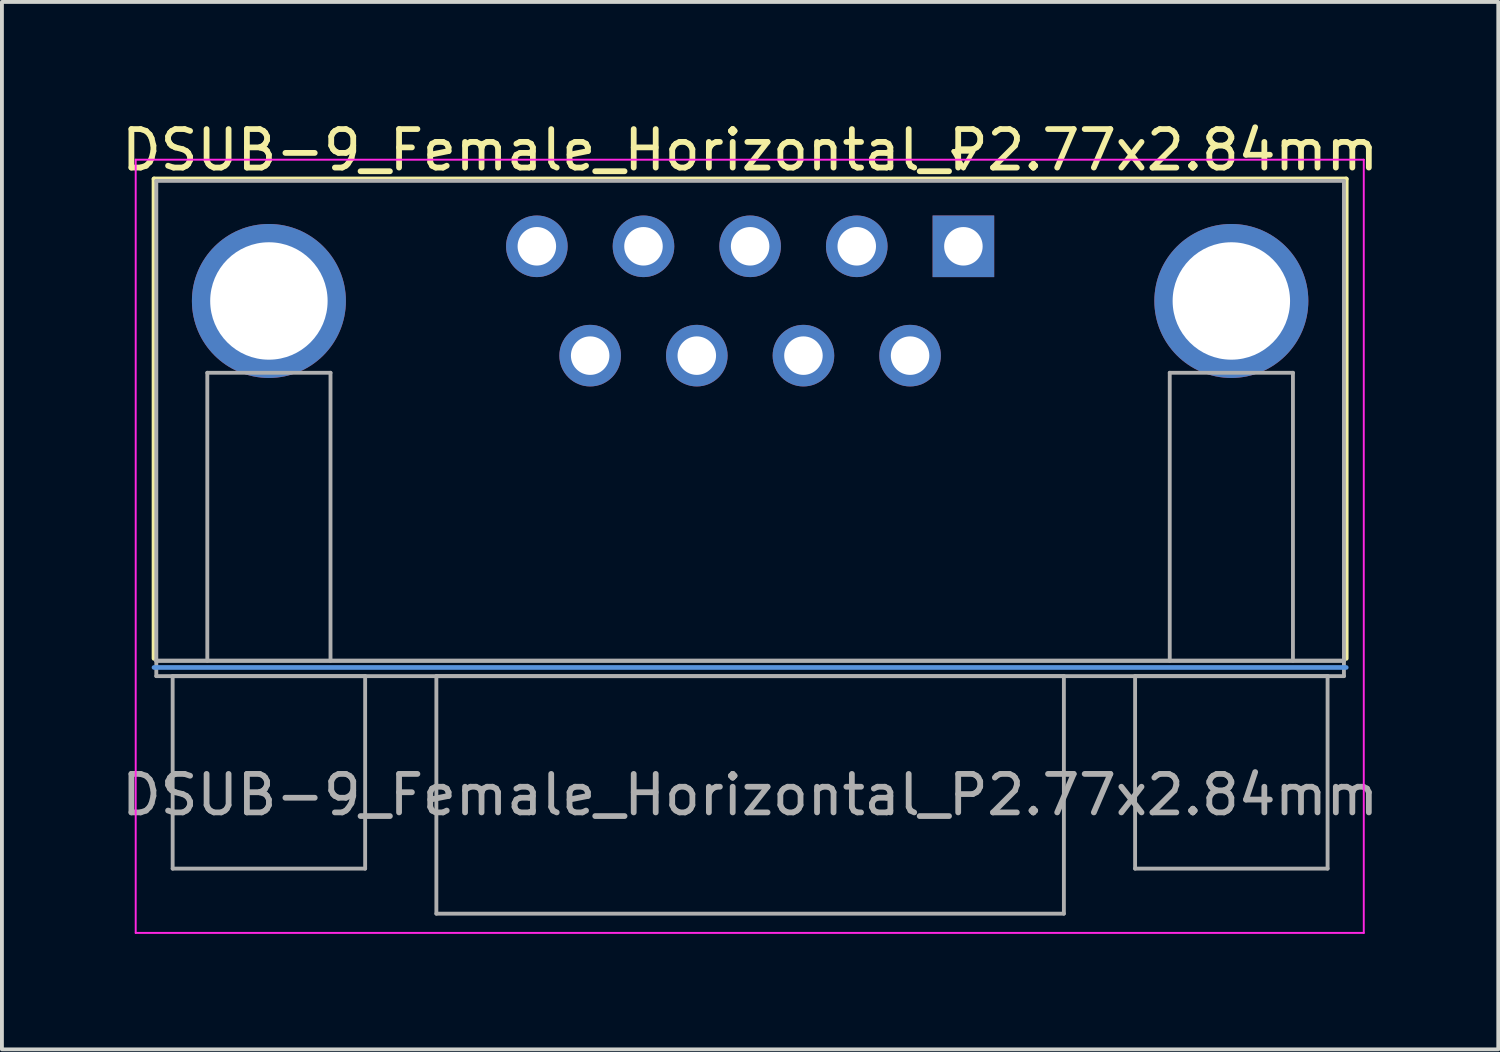
<source format=kicad_pcb>
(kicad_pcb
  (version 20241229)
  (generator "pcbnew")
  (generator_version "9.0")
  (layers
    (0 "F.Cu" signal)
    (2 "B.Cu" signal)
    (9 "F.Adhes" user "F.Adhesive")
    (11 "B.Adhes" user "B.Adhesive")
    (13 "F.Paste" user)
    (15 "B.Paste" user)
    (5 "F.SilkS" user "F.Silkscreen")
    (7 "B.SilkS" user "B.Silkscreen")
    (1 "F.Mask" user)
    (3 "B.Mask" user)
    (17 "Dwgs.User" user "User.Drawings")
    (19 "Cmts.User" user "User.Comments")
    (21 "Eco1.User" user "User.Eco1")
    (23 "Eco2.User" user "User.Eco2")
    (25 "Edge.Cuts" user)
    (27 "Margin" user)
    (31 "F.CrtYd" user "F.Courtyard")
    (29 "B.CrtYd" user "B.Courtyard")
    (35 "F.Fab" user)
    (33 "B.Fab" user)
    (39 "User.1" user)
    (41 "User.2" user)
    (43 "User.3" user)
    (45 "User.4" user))
  (footprint "DSUB-9_Female_Horizontal_P2.77x2.84mm"
    (layer "F.Cu")
    (at 21.975 3.348)
    (property "Reference" "DSUB-9_Female_Horizontal_P2.77x2.84mm" (at -5.54 -2.5 0) (layer "F.SilkS") (effects (font (size 1 1) (thickness 0.15))))
    (attr through_hole)
    (fp_line (start -21.025 -1.75) (end 9.945 -1.75) (stroke (width 0.12) (type solid)) (layer "F.SilkS"))
    (fp_line (start -21.025 10.705) (end -21.025 -1.75) (stroke (width 0.12) (type solid)) (layer "F.SilkS"))
    (fp_line (start -0.25 -2.467) (end 0.25 -2.467) (stroke (width 0.12) (type solid)) (layer "F.SilkS"))
    (fp_line (start 0 -2.033) (end -0.25 -2.467) (stroke (width 0.12) (type solid)) (layer "F.SilkS"))
    (fp_line (start 0.25 -2.467) (end 0 -2.033) (stroke (width 0.12) (type solid)) (layer "F.SilkS"))
    (fp_line (start 9.945 -1.75) (end 9.945 10.705) (stroke (width 0.12) (type solid)) (layer "F.SilkS"))
    (fp_line (start -21.025 10.94) (end 9.945 10.94) (stroke (width 0.12) (type default)) (layer "Cmts.User"))
    (fp_line (start -21.5 -2.25) (end -21.5 17.835) (stroke (width 0.05) (type solid)) (layer "F.CrtYd"))
    (fp_line (start -21.5 17.835) (end 10.4 17.835) (stroke (width 0.05) (type solid)) (layer "F.CrtYd"))
    (fp_line (start 10.4 -2.25) (end -21.5 -2.25) (stroke (width 0.05) (type solid)) (layer "F.CrtYd"))
    (fp_line (start 10.4 17.835) (end 10.4 -2.25) (stroke (width 0.05) (type solid)) (layer "F.CrtYd"))
    (fp_line (start -20.965 -1.7) (end -20.965 10.765) (stroke (width 0.1) (type solid)) (layer "F.Fab"))
    (fp_line (start -20.965 10.765) (end -20.965 11.165) (stroke (width 0.1) (type solid)) (layer "F.Fab"))
    (fp_line (start -20.965 10.765) (end 9.885 10.765) (stroke (width 0.1) (type solid)) (layer "F.Fab"))
    (fp_line (start -20.965 11.165) (end 9.885 11.165) (stroke (width 0.1) (type solid)) (layer "F.Fab"))
    (fp_line (start -20.54 11.165) (end -20.54 16.165) (stroke (width 0.1) (type solid)) (layer "F.Fab"))
    (fp_line (start -20.54 16.165) (end -15.54 16.165) (stroke (width 0.1) (type solid)) (layer "F.Fab"))
    (fp_line (start -19.64 3.285) (end -16.44 3.285) (stroke (width 0.1) (type solid)) (layer "F.Fab"))
    (fp_line (start -19.64 10.765) (end -19.64 3.285) (stroke (width 0.1) (type solid)) (layer "F.Fab"))
    (fp_line (start -16.44 10.765) (end -16.44 3.285) (stroke (width 0.1) (type solid)) (layer "F.Fab"))
    (fp_line (start -15.54 11.165) (end -20.54 11.165) (stroke (width 0.1) (type solid)) (layer "F.Fab"))
    (fp_line (start -15.54 16.165) (end -15.54 11.165) (stroke (width 0.1) (type solid)) (layer "F.Fab"))
    (fp_line (start -13.69 11.165) (end -13.69 17.335) (stroke (width 0.1) (type solid)) (layer "F.Fab"))
    (fp_line (start -13.69 17.335) (end 2.61 17.335) (stroke (width 0.1) (type solid)) (layer "F.Fab"))
    (fp_line (start 2.61 11.165) (end -13.69 11.165) (stroke (width 0.1) (type solid)) (layer "F.Fab"))
    (fp_line (start 2.61 17.335) (end 2.61 11.165) (stroke (width 0.1) (type solid)) (layer "F.Fab"))
    (fp_line (start 4.46 11.165) (end 4.46 16.165) (stroke (width 0.1) (type solid)) (layer "F.Fab"))
    (fp_line (start 4.46 16.165) (end 9.46 16.165) (stroke (width 0.1) (type solid)) (layer "F.Fab"))
    (fp_line (start 5.36 3.285) (end 8.56 3.285) (stroke (width 0.1) (type solid)) (layer "F.Fab"))
    (fp_line (start 5.36 10.765) (end 5.36 3.285) (stroke (width 0.1) (type solid)) (layer "F.Fab"))
    (fp_line (start 8.56 10.765) (end 8.56 3.285) (stroke (width 0.1) (type solid)) (layer "F.Fab"))
    (fp_line (start 9.46 11.165) (end 4.46 11.165) (stroke (width 0.1) (type solid)) (layer "F.Fab"))
    (fp_line (start 9.46 16.165) (end 9.46 11.165) (stroke (width 0.1) (type solid)) (layer "F.Fab"))
    (fp_line (start 9.885 -1.7) (end -20.965 -1.7) (stroke (width 0.1) (type solid)) (layer "F.Fab"))
    (fp_line (start 9.885 10.765) (end -20.965 10.765) (stroke (width 0.1) (type solid)) (layer "F.Fab"))
    (fp_line (start 9.885 10.765) (end 9.885 -1.7) (stroke (width 0.1) (type solid)) (layer "F.Fab"))
    (fp_line (start 9.885 11.165) (end 9.885 10.765) (stroke (width 0.1) (type solid)) (layer "F.Fab"))
    (fp_text user "${REFERENCE}" (at -5.54 14.25 0) (layer "F.Fab") (effects (font (size 1 1) (thickness 0.15))))
    (pad "0" thru_hole circle (at -18.04 1.42) (size 4 4) (drill 3.05) (layers "*.Cu" "*.Mask"))
    (pad "0" thru_hole circle (at 6.96 1.42) (size 4 4) (drill 3.05) (layers "*.Cu" "*.Mask"))
    (pad "1" thru_hole rect (at 0 0) (size 1.6 1.6) (drill 1) (layers "*.Cu" "*.Mask"))
    (pad "2" thru_hole circle (at -2.77 0) (size 1.6 1.6) (drill 1) (layers "*.Cu" "*.Mask"))
    (pad "3" thru_hole circle (at -5.54 0) (size 1.6 1.6) (drill 1) (layers "*.Cu" "*.Mask"))
    (pad "4" thru_hole circle (at -8.31 0) (size 1.6 1.6) (drill 1) (layers "*.Cu" "*.Mask"))
    (pad "5" thru_hole circle (at -11.08 0) (size 1.6 1.6) (drill 1) (layers "*.Cu" "*.Mask"))
    (pad "6" thru_hole circle (at -1.385 2.84) (size 1.6 1.6) (drill 1) (layers "*.Cu" "*.Mask"))
    (pad "7" thru_hole circle (at -4.155 2.84) (size 1.6 1.6) (drill 1) (layers "*.Cu" "*.Mask"))
    (pad "8" thru_hole circle (at -6.925 2.84) (size 1.6 1.6) (drill 1) (layers "*.Cu" "*.Mask"))
    (pad "9" thru_hole circle (at -9.695 2.84) (size 1.6 1.6) (drill 1) (layers "*.Cu" "*.Mask")))
  (gr_rect
    (start -3 -3)
    (end 35.869 24.208)
    (stroke (width 0.1) (type default))
    (fill no)
    (layer "Edge.Cuts")))
</source>
